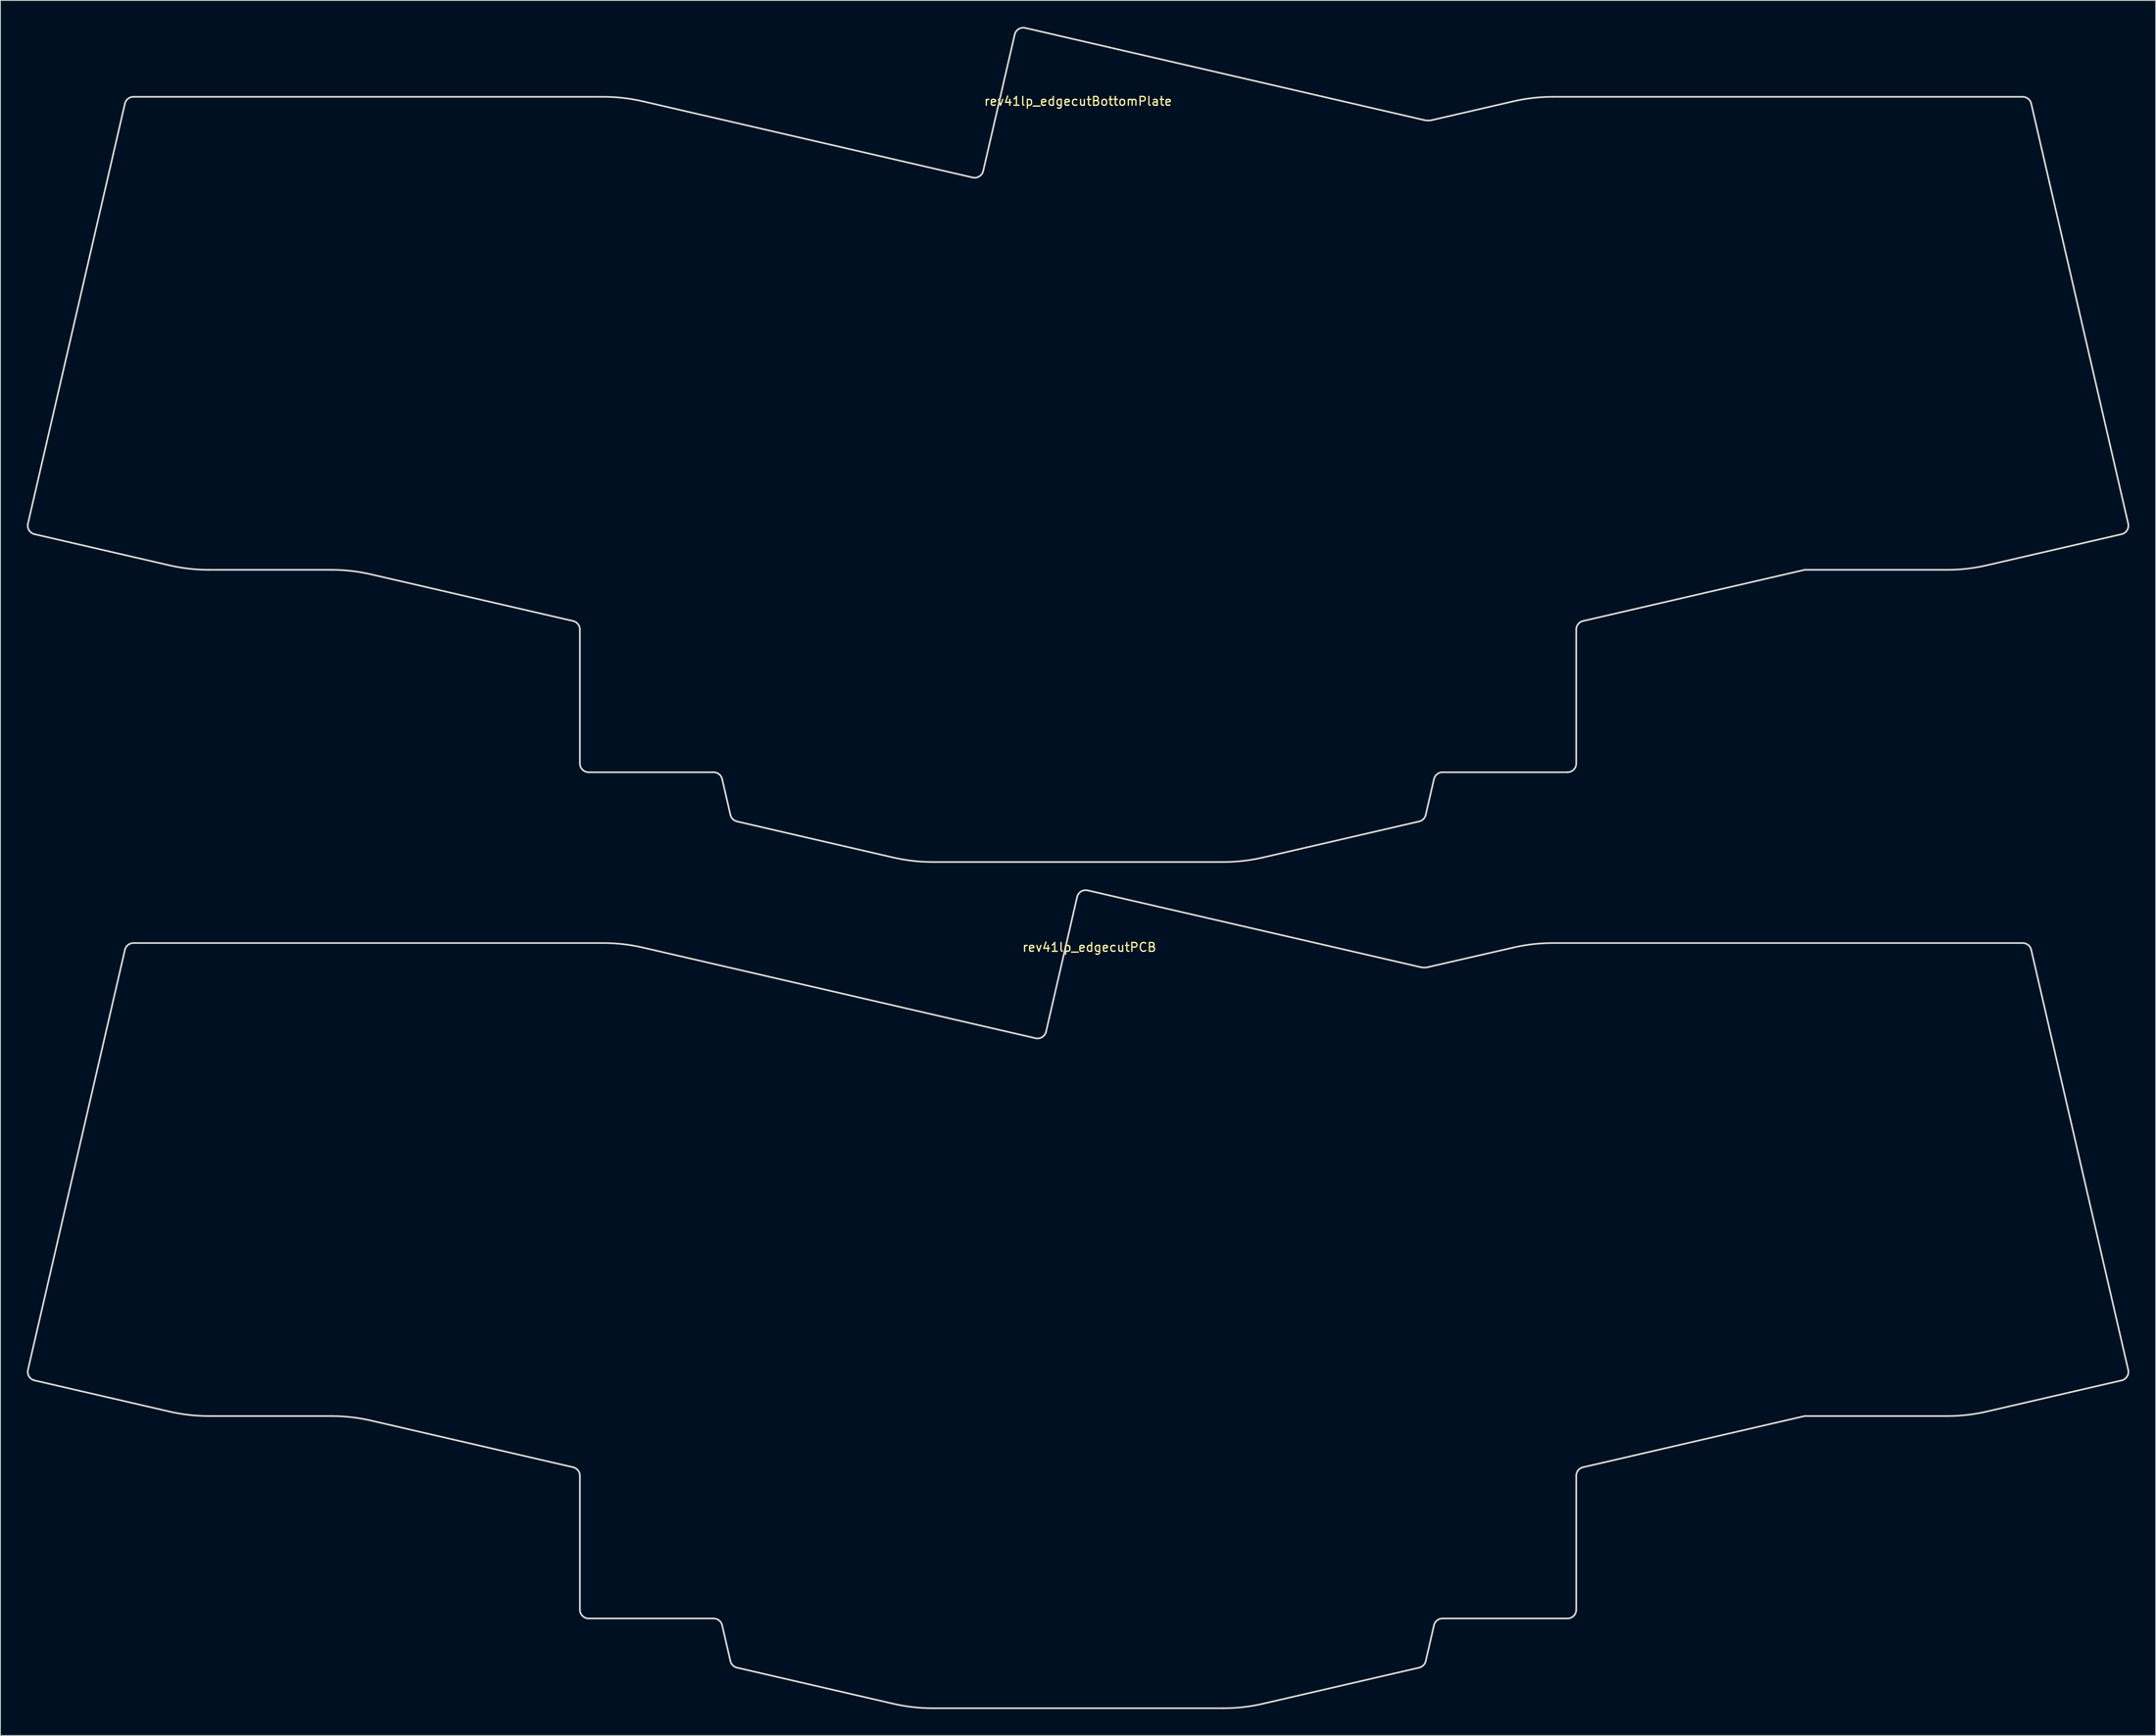
<source format=kicad_pcb>
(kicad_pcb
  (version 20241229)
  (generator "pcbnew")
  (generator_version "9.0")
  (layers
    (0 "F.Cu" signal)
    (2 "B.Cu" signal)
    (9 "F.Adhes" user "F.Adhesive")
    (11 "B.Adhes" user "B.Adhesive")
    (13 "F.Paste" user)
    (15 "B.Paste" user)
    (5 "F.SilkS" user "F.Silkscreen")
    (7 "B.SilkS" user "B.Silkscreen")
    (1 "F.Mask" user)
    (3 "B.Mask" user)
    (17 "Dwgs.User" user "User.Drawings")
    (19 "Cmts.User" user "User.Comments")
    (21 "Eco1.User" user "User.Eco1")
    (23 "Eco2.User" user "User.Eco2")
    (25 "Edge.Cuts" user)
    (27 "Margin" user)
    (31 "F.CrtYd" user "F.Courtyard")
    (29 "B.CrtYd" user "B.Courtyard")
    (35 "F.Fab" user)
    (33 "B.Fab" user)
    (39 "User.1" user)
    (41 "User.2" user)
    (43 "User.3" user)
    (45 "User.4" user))
  (footprint "rev41lp_edgecutPCB"
    (layer "F.Cu")
    (at 120.727 104.073)
    (property "Reference" "rev41lp_edgecutPCB" (at 0 0.5 0) (layer "F.SilkS") (effects (font (size 1 1) (thickness 0.15))))
    (attr through_hole)
    (fp_line (start -119.852 49.713) (end -104.533 53.249) (stroke (width 0.2) (type solid)) (layer "Edge.Cuts"))
    (fp_line (start -109.584 0.795) (end -120.601 48.514) (stroke (width 0.2) (type solid)) (layer "Edge.Cuts"))
    (fp_line (start -100.034 53.762) (end -86.118 53.762) (stroke (width 0.2) (type solid)) (layer "Edge.Cuts"))
    (fp_line (start -81.619 54.275) (end -58.658 59.576) (stroke (width 0.2) (type solid)) (layer "Edge.Cuts"))
    (fp_line (start -57.883 60.55) (end -57.883 75.761) (stroke (width 0.2) (type solid)) (layer "Edge.Cuts"))
    (fp_line (start -56.883 76.761) (end -42.694 76.761) (stroke (width 0.2) (type solid)) (layer "Edge.Cuts"))
    (fp_line (start -55.237 0.02) (end -108.61 0.02) (stroke (width 0.2) (type solid)) (layer "Edge.Cuts"))
    (fp_line (start -41.719 77.536) (end -40.781 81.6) (stroke (width 0.2) (type solid)) (layer "Edge.Cuts"))
    (fp_line (start -40.032 82.349) (end -22.287 86.446) (stroke (width 0.2) (type solid)) (layer "Edge.Cuts"))
    (fp_line (start -17.788 86.958) (end 15.233 86.958) (stroke (width 0.2) (type solid)) (layer "Edge.Cuts"))
    (fp_line (start -6.114 10.835) (end -50.738 0.533) (stroke (width 0.2) (type solid)) (layer "Edge.Cuts"))
    (fp_line (start -1.387 -5.21) (end -4.911 10.074) (stroke (width 0.2) (type solid)) (layer "Edge.Cuts"))
    (fp_line (start 19.732 86.446) (end 37.476 82.349) (stroke (width 0.2) (type solid)) (layer "Edge.Cuts"))
    (fp_line (start 37.629 2.756) (end -0.188 -5.96) (stroke (width 0.2) (type solid)) (layer "Edge.Cuts"))
    (fp_line (start 38.226 81.6) (end 39.164 77.536) (stroke (width 0.2) (type solid)) (layer "Edge.Cuts"))
    (fp_line (start 40.139 76.761) (end 54.328 76.761) (stroke (width 0.2) (type solid)) (layer "Edge.Cuts"))
    (fp_line (start 48.183 0.533) (end 38.503 2.75) (stroke (width 0.2) (type solid)) (layer "Edge.Cuts"))
    (fp_line (start 55.328 75.761) (end 55.328 60.55) (stroke (width 0.2) (type solid)) (layer "Edge.Cuts"))
    (fp_line (start 56.103 59.576) (end 81.284 53.762) (stroke (width 0.2) (type solid)) (layer "Edge.Cuts"))
    (fp_line (start 81.284 53.762) (end 97.479 53.762) (stroke (width 0.2) (type solid)) (layer "Edge.Cuts"))
    (fp_line (start 101.978 53.249) (end 117.297 49.713) (stroke (width 0.2) (type solid)) (layer "Edge.Cuts"))
    (fp_line (start 106.055 0.02) (end 52.682 0.02) (stroke (width 0.2) (type solid)) (layer "Edge.Cuts"))
    (fp_line (start 118.046 48.514) (end 107.029 0.795) (stroke (width 0.2) (type solid)) (layer "Edge.Cuts"))
    (fp_arc (start -119.851635 49.712872) (mid -120.474732 49.268421) (end -120.601054 48.513551) (stroke (width 0.2) (type solid)) (layer "Edge.Cuts"))
    (fp_arc (start -109.584369 0.795048) (mid -109.232514 0.237391) (end -108.61 0.019999) (stroke (width 0.2) (type solid)) (layer "Edge.Cuts"))
    (fp_arc (start -100.034262 53.761991) (mid -102.298326 53.633428) (end -104.533283 53.249393) (stroke (width 0.2) (type solid)) (layer "Edge.Cuts"))
    (fp_arc (start -86.118211 53.76199) (mid -83.854147 53.890553) (end -81.619191 54.27459) (stroke (width 0.2) (type solid)) (layer "Edge.Cuts"))
    (fp_arc (start -58.65764 59.575681) (mid -58.099983 59.927536) (end -57.882591 60.550051) (stroke (width 0.2) (type solid)) (layer "Edge.Cuts"))
    (fp_arc (start -56.882591 76.760739) (mid -57.589697 76.467846) (end -57.882591 75.76074) (stroke (width 0.2) (type solid)) (layer "Edge.Cuts"))
    (fp_arc (start -55.237421 0.019999) (mid -52.973357 0.148562) (end -50.7384 0.532597) (stroke (width 0.2) (type solid)) (layer "Edge.Cuts"))
    (fp_arc (start -42.693581 76.760738) (mid -42.071066 76.97813) (end -41.71921 77.535788) (stroke (width 0.2) (type solid)) (layer "Edge.Cuts"))
    (fp_arc (start -40.031514 82.349335) (mid -40.51367 82.082072) (end -40.780933 81.599916) (stroke (width 0.2) (type solid)) (layer "Edge.Cuts"))
    (fp_arc (start -17.78846 86.958467) (mid -20.052524 86.829904) (end -22.287481 86.445868) (stroke (width 0.2) (type solid)) (layer "Edge.Cuts"))
    (fp_arc (start -4.914185 10.085648) (mid -5.358636 10.708746) (end -6.113507 10.835067) (stroke (width 0.2) (type solid)) (layer "Edge.Cuts"))
    (fp_arc (start -1.387482 -5.210371) (mid -0.943031 -5.833468) (end -0.188161 -5.959791) (stroke (width 0.2) (type solid)) (layer "Edge.Cuts"))
    (fp_arc (start 19.732403 86.445868) (mid 17.497446 86.829901) (end 15.233381 86.958468) (stroke (width 0.2) (type solid)) (layer "Edge.Cuts"))
    (fp_arc (start 38.225855 81.599916) (mid 37.958592 82.082072) (end 37.476436 82.349335) (stroke (width 0.2) (type solid)) (layer "Edge.Cuts"))
    (fp_arc (start 38.528748 2.755581) (mid 38.078846 2.806841) (end 37.628944 2.755581) (stroke (width 0.2) (type solid)) (layer "Edge.Cuts"))
    (fp_arc (start 39.164133 77.535789) (mid 39.515988 76.978133) (end 40.138502 76.76074) (stroke (width 0.2) (type solid)) (layer "Edge.Cuts"))
    (fp_arc (start 48.183323 0.532598) (mid 50.418279 0.148562) (end 52.682343 0.02) (stroke (width 0.2) (type solid)) (layer "Edge.Cuts"))
    (fp_arc (start 55.327512 60.550052) (mid 55.544923 59.927565) (end 56.102561 59.575682) (stroke (width 0.2) (type solid)) (layer "Edge.Cuts"))
    (fp_arc (start 55.327513 75.76074) (mid 55.03462 76.467847) (end 54.327513 76.76074) (stroke (width 0.2) (type solid)) (layer "Edge.Cuts"))
    (fp_arc (start 101.978204 53.249393) (mid 99.743247 53.633429) (end 97.479183 53.761992) (stroke (width 0.2) (type solid)) (layer "Edge.Cuts"))
    (fp_arc (start 106.05492 0.019999) (mid 106.677435 0.23739) (end 107.029291 0.795047) (stroke (width 0.2) (type solid)) (layer "Edge.Cuts"))
    (fp_arc (start 118.045976 48.513551) (mid 117.919653 49.268421) (end 117.296557 49.712872) (stroke (width 0.2) (type solid)) (layer "Edge.Cuts")))
  (footprint "rev41lp_edgecutBottomPlate"
    (layer "F.Cu")
    (at 119.449 7.949)
    (property "Reference" "rev41lp_edgecutBottomPlate" (at 0 0.5 0) (layer "F.SilkS") (effects (font (size 1 1) (thickness 0.15))))
    (attr through_hole)
    (fp_line (start -118.574 49.693) (end -103.256 53.229) (stroke (width 0.2) (type solid)) (layer "Edge.Cuts"))
    (fp_line (start -108.307 0.775) (end -119.324 48.494) (stroke (width 0.2) (type solid)) (layer "Edge.Cuts"))
    (fp_line (start -98.757 53.742) (end -84.841 53.742) (stroke (width 0.2) (type solid)) (layer "Edge.Cuts"))
    (fp_line (start -80.342 54.255) (end -57.38 59.556) (stroke (width 0.2) (type solid)) (layer "Edge.Cuts"))
    (fp_line (start -56.605 60.53) (end -56.605 75.741) (stroke (width 0.2) (type solid)) (layer "Edge.Cuts"))
    (fp_line (start -55.605 76.741) (end -41.416 76.741) (stroke (width 0.2) (type solid)) (layer "Edge.Cuts"))
    (fp_line (start -53.96 -0.000001) (end -107.332 0) (stroke (width 0.2) (type solid)) (layer "Edge.Cuts"))
    (fp_line (start -40.442 77.516) (end -39.503 81.58) (stroke (width 0.2) (type solid)) (layer "Edge.Cuts"))
    (fp_line (start -38.754 82.329) (end -21.01 86.426) (stroke (width 0.2) (type solid)) (layer "Edge.Cuts"))
    (fp_line (start -16.511 86.938) (end 16.511 86.938) (stroke (width 0.2) (type solid)) (layer "Edge.Cuts"))
    (fp_line (start -11.976 9.167) (end -49.461 0.513) (stroke (width 0.2) (type solid)) (layer "Edge.Cuts"))
    (fp_line (start -7.2 -7.074) (end -10.777 8.417) (stroke (width 0.2) (type solid)) (layer "Edge.Cuts"))
    (fp_line (start 21.01 86.426) (end 38.754 82.329) (stroke (width 0.2) (type solid)) (layer "Edge.Cuts"))
    (fp_line (start 39.343 2.645) (end -6.003 -7.824) (stroke (width 0.2) (type solid)) (layer "Edge.Cuts"))
    (fp_line (start 39.503 81.58) (end 40.442 77.516) (stroke (width 0.2) (type solid)) (layer "Edge.Cuts"))
    (fp_line (start 41.416 76.741) (end 55.605 76.741) (stroke (width 0.2) (type solid)) (layer "Edge.Cuts"))
    (fp_line (start 49.461 0.513) (end 40.245 2.638) (stroke (width 0.2) (type solid)) (layer "Edge.Cuts"))
    (fp_line (start 56.605 75.741) (end 56.605 60.53) (stroke (width 0.2) (type solid)) (layer "Edge.Cuts"))
    (fp_line (start 57.38 59.556) (end 82.562 53.742) (stroke (width 0.2) (type solid)) (layer "Edge.Cuts"))
    (fp_line (start 82.562 53.742) (end 98.757 53.742) (stroke (width 0.2) (type solid)) (layer "Edge.Cuts"))
    (fp_line (start 103.256 53.229) (end 118.574 49.693) (stroke (width 0.2) (type solid)) (layer "Edge.Cuts"))
    (fp_line (start 107.332 0) (end 53.96 0) (stroke (width 0.2) (type solid)) (layer "Edge.Cuts"))
    (fp_line (start 119.324 48.494) (end 108.307 0.775) (stroke (width 0.2) (type solid)) (layer "Edge.Cuts"))
    (fp_arc (start -118.574096 49.692873) (mid -119.197193 49.248422) (end -119.323515 48.493552) (stroke (width 0.2) (type solid)) (layer "Edge.Cuts"))
    (fp_arc (start -108.30683 0.775049) (mid -107.954975 0.217391) (end -107.33246 0) (stroke (width 0.2) (type solid)) (layer "Edge.Cuts"))
    (fp_arc (start -98.756723 53.741992) (mid -101.020787 53.613429) (end -103.255744 53.229393) (stroke (width 0.2) (type solid)) (layer "Edge.Cuts"))
    (fp_arc (start -84.840673 53.741991) (mid -82.576609 53.870554) (end -80.341652 54.25459) (stroke (width 0.2) (type solid)) (layer "Edge.Cuts"))
    (fp_arc (start -57.380101 59.555682) (mid -56.822443 59.907537) (end -56.605052 60.530052) (stroke (width 0.2) (type solid)) (layer "Edge.Cuts"))
    (fp_arc (start -55.605052 76.74074) (mid -56.312159 76.447847) (end -56.605052 75.74074) (stroke (width 0.2) (type solid)) (layer "Edge.Cuts"))
    (fp_arc (start -53.959882 -0.000001) (mid -51.695818 0.128562) (end -49.460861 0.512598) (stroke (width 0.2) (type solid)) (layer "Edge.Cuts"))
    (fp_arc (start -41.416042 76.740739) (mid -40.793527 76.958131) (end -40.441671 77.515789) (stroke (width 0.2) (type solid)) (layer "Edge.Cuts"))
    (fp_arc (start -38.753975 82.329336) (mid -39.236131 82.062073) (end -39.503394 81.579917) (stroke (width 0.2) (type solid)) (layer "Edge.Cuts"))
    (fp_arc (start -16.510921 86.938468) (mid -18.774985 86.809905) (end -21.009942 86.425869) (stroke (width 0.2) (type solid)) (layer "Edge.Cuts"))
    (fp_arc (start -10.776776 8.41722) (mid -11.221228 9.040317) (end -11.976099 9.166638) (stroke (width 0.2) (type solid)) (layer "Edge.Cuts"))
    (fp_arc (start -7.200363 -7.073925) (mid -6.757044 -7.696834) (end -6.003106 -7.823822) (stroke (width 0.2) (type solid)) (layer "Edge.Cuts"))
    (fp_arc (start 21.009942 86.425869) (mid 18.774985 86.809904) (end 16.510921 86.938468) (stroke (width 0.2) (type solid)) (layer "Edge.Cuts"))
    (fp_arc (start 39.503394 81.579917) (mid 39.236677 82.062628) (end 38.753975 82.329336) (stroke (width 0.2) (type solid)) (layer "Edge.Cuts"))
    (fp_arc (start 40.244726 2.638295) (mid 39.794418 2.693212) (end 39.343321 2.645225) (stroke (width 0.2) (type solid)) (layer "Edge.Cuts"))
    (fp_arc (start 40.441672 77.515789) (mid 40.793521 76.958127) (end 41.416042 76.74074) (stroke (width 0.2) (type solid)) (layer "Edge.Cuts"))
    (fp_arc (start 49.460861 0.512599) (mid 51.695817 0.128557) (end 53.959882 0) (stroke (width 0.2) (type solid)) (layer "Edge.Cuts"))
    (fp_arc (start 56.605052 60.530052) (mid 56.822458 59.907551) (end 57.380101 59.555682) (stroke (width 0.2) (type solid)) (layer "Edge.Cuts"))
    (fp_arc (start 56.605052 75.74074) (mid 56.31206 76.447752) (end 55.605051 76.74074) (stroke (width 0.2) (type solid)) (layer "Edge.Cuts"))
    (fp_arc (start 103.255743 53.229393) (mid 101.020786 53.613423) (end 98.756722 53.741991) (stroke (width 0.2) (type solid)) (layer "Edge.Cuts"))
    (fp_arc (start 107.332459 0) (mid 107.954971 0.217385) (end 108.30683 0.775048) (stroke (width 0.2) (type solid)) (layer "Edge.Cuts"))
    (fp_arc (start 119.323515 48.493552) (mid 119.19719 49.24841) (end 118.574096 49.692873) (stroke (width 0.2) (type solid)) (layer "Edge.Cuts")))
  (gr_rect
    (start -3 -3)
    (end 241.898 194.132)
    (stroke (width 0.1) (type default))
    (fill no)
    (layer "Edge.Cuts")))
</source>
